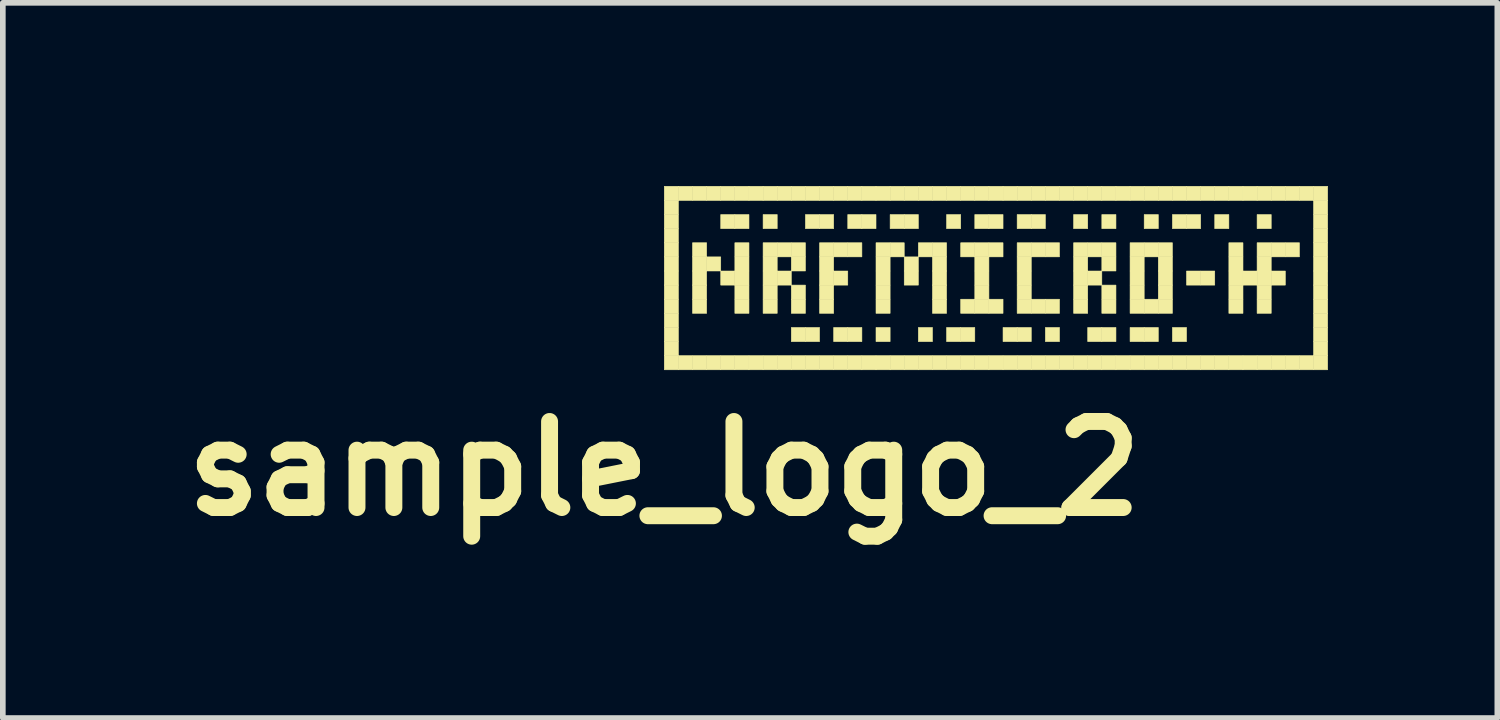
<source format=kicad_pcb>
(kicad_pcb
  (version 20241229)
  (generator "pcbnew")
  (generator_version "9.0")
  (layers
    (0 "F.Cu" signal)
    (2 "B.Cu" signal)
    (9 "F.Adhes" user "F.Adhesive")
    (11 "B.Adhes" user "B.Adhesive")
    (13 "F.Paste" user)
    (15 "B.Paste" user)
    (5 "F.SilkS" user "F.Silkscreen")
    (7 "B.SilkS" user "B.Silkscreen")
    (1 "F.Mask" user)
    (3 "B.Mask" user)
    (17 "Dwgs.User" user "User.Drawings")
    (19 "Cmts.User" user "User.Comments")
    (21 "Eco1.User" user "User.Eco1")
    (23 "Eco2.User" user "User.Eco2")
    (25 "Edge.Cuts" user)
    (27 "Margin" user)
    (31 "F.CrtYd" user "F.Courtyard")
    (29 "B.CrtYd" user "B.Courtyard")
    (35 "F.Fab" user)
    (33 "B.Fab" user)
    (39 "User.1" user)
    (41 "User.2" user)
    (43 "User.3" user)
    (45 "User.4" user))
  (footprint "sample_logo_2"
    (layer "F.Cu")
    (at 8.716 0.25)
    (property "Reference" "sample_logo_2" (at 0 5 0) (layer "F.SilkS") (effects (font (size 1.524 1.524) (thickness 0.3))))
    (attr through_hole)
    (fp_poly (pts (xy 0 0) (xy 0.25 0) (xy 0.25 0.25) (xy 0 0.25) (xy 0 0)) (stroke (width 0.01) (type solid)) (fill yes) (layer "F.SilkS"))
    (fp_poly (pts (xy 0 0.25) (xy 0.25 0.25) (xy 0.25 0.5) (xy 0 0.5) (xy 0 0.25)) (stroke (width 0.01) (type solid)) (fill yes) (layer "F.SilkS"))
    (fp_poly (pts (xy 0 0.5) (xy 0.25 0.5) (xy 0.25 0.75) (xy 0 0.75) (xy 0 0.5)) (stroke (width 0.01) (type solid)) (fill yes) (layer "F.SilkS"))
    (fp_poly (pts (xy 0 0.75) (xy 0.25 0.75) (xy 0.25 1) (xy 0 1) (xy 0 0.75)) (stroke (width 0.01) (type solid)) (fill yes) (layer "F.SilkS"))
    (fp_poly (pts (xy 0 1) (xy 0.25 1) (xy 0.25 1.25) (xy 0 1.25) (xy 0 1)) (stroke (width 0.01) (type solid)) (fill yes) (layer "F.SilkS"))
    (fp_poly (pts (xy 0 1.25) (xy 0.25 1.25) (xy 0.25 1.5) (xy 0 1.5) (xy 0 1.25)) (stroke (width 0.01) (type solid)) (fill yes) (layer "F.SilkS"))
    (fp_poly (pts (xy 0 1.5) (xy 0.25 1.5) (xy 0.25 1.75) (xy 0 1.75) (xy 0 1.5)) (stroke (width 0.01) (type solid)) (fill yes) (layer "F.SilkS"))
    (fp_poly (pts (xy 0 1.75) (xy 0.25 1.75) (xy 0.25 2) (xy 0 2) (xy 0 1.75)) (stroke (width 0.01) (type solid)) (fill yes) (layer "F.SilkS"))
    (fp_poly (pts (xy 0 2) (xy 0.25 2) (xy 0.25 2.25) (xy 0 2.25) (xy 0 2)) (stroke (width 0.01) (type solid)) (fill yes) (layer "F.SilkS"))
    (fp_poly (pts (xy 0 2.25) (xy 0.25 2.25) (xy 0.25 2.5) (xy 0 2.5) (xy 0 2.25)) (stroke (width 0.01) (type solid)) (fill yes) (layer "F.SilkS"))
    (fp_poly (pts (xy 0 2.5) (xy 0.25 2.5) (xy 0.25 2.75) (xy 0 2.75) (xy 0 2.5)) (stroke (width 0.01) (type solid)) (fill yes) (layer "F.SilkS"))
    (fp_poly (pts (xy 0 2.75) (xy 0.25 2.75) (xy 0.25 3) (xy 0 3) (xy 0 2.75)) (stroke (width 0.01) (type solid)) (fill yes) (layer "F.SilkS"))
    (fp_poly (pts (xy 0 3) (xy 0.25 3) (xy 0.25 3.25) (xy 0 3.25) (xy 0 3)) (stroke (width 0.01) (type solid)) (fill yes) (layer "F.SilkS"))
    (fp_poly (pts (xy 0.25 0) (xy 0.5 0) (xy 0.5 0.25) (xy 0.25 0.25) (xy 0.25 0)) (stroke (width 0.01) (type solid)) (fill yes) (layer "F.SilkS"))
    (fp_poly (pts (xy 0.25 3) (xy 0.5 3) (xy 0.5 3.25) (xy 0.25 3.25) (xy 0.25 3)) (stroke (width 0.01) (type solid)) (fill yes) (layer "F.SilkS"))
    (fp_poly (pts (xy 0.5 0) (xy 0.75 0) (xy 0.75 0.25) (xy 0.5 0.25) (xy 0.5 0)) (stroke (width 0.01) (type solid)) (fill yes) (layer "F.SilkS"))
    (fp_poly (pts (xy 0.5 1) (xy 0.75 1) (xy 0.75 1.25) (xy 0.5 1.25) (xy 0.5 1)) (stroke (width 0.01) (type solid)) (fill yes) (layer "F.SilkS"))
    (fp_poly (pts (xy 0.5 1.25) (xy 0.75 1.25) (xy 0.75 1.5) (xy 0.5 1.5) (xy 0.5 1.25)) (stroke (width 0.01) (type solid)) (fill yes) (layer "F.SilkS"))
    (fp_poly (pts (xy 0.5 1.5) (xy 0.75 1.5) (xy 0.75 1.75) (xy 0.5 1.75) (xy 0.5 1.5)) (stroke (width 0.01) (type solid)) (fill yes) (layer "F.SilkS"))
    (fp_poly (pts (xy 0.5 1.75) (xy 0.75 1.75) (xy 0.75 2) (xy 0.5 2) (xy 0.5 1.75)) (stroke (width 0.01) (type solid)) (fill yes) (layer "F.SilkS"))
    (fp_poly (pts (xy 0.5 2) (xy 0.75 2) (xy 0.75 2.25) (xy 0.5 2.25) (xy 0.5 2)) (stroke (width 0.01) (type solid)) (fill yes) (layer "F.SilkS"))
    (fp_poly (pts (xy 0.5 3) (xy 0.75 3) (xy 0.75 3.25) (xy 0.5 3.25) (xy 0.5 3)) (stroke (width 0.01) (type solid)) (fill yes) (layer "F.SilkS"))
    (fp_poly (pts (xy 0.75 0) (xy 1 0) (xy 1 0.25) (xy 0.75 0.25) (xy 0.75 0)) (stroke (width 0.01) (type solid)) (fill yes) (layer "F.SilkS"))
    (fp_poly (pts (xy 0.75 1.25) (xy 1 1.25) (xy 1 1.5) (xy 0.75 1.5) (xy 0.75 1.25)) (stroke (width 0.01) (type solid)) (fill yes) (layer "F.SilkS"))
    (fp_poly (pts (xy 0.75 3) (xy 1 3) (xy 1 3.25) (xy 0.75 3.25) (xy 0.75 3)) (stroke (width 0.01) (type solid)) (fill yes) (layer "F.SilkS"))
    (fp_poly (pts (xy 1 0) (xy 1.25 0) (xy 1.25 0.25) (xy 1 0.25) (xy 1 0)) (stroke (width 0.01) (type solid)) (fill yes) (layer "F.SilkS"))
    (fp_poly (pts (xy 1 0.5) (xy 1.25 0.5) (xy 1.25 0.75) (xy 1 0.75) (xy 1 0.5)) (stroke (width 0.01) (type solid)) (fill yes) (layer "F.SilkS"))
    (fp_poly (pts (xy 1 1.5) (xy 1.25 1.5) (xy 1.25 1.75) (xy 1 1.75) (xy 1 1.5)) (stroke (width 0.01) (type solid)) (fill yes) (layer "F.SilkS"))
    (fp_poly (pts (xy 1 3) (xy 1.25 3) (xy 1.25 3.25) (xy 1 3.25) (xy 1 3)) (stroke (width 0.01) (type solid)) (fill yes) (layer "F.SilkS"))
    (fp_poly (pts (xy 1.25 0) (xy 1.5 0) (xy 1.5 0.25) (xy 1.25 0.25) (xy 1.25 0)) (stroke (width 0.01) (type solid)) (fill yes) (layer "F.SilkS"))
    (fp_poly (pts (xy 1.25 0.5) (xy 1.5 0.5) (xy 1.5 0.75) (xy 1.25 0.75) (xy 1.25 0.5)) (stroke (width 0.01) (type solid)) (fill yes) (layer "F.SilkS"))
    (fp_poly (pts (xy 1.25 1) (xy 1.5 1) (xy 1.5 1.25) (xy 1.25 1.25) (xy 1.25 1)) (stroke (width 0.01) (type solid)) (fill yes) (layer "F.SilkS"))
    (fp_poly (pts (xy 1.25 1.25) (xy 1.5 1.25) (xy 1.5 1.5) (xy 1.25 1.5) (xy 1.25 1.25)) (stroke (width 0.01) (type solid)) (fill yes) (layer "F.SilkS"))
    (fp_poly (pts (xy 1.25 1.5) (xy 1.5 1.5) (xy 1.5 1.75) (xy 1.25 1.75) (xy 1.25 1.5)) (stroke (width 0.01) (type solid)) (fill yes) (layer "F.SilkS"))
    (fp_poly (pts (xy 1.25 1.75) (xy 1.5 1.75) (xy 1.5 2) (xy 1.25 2) (xy 1.25 1.75)) (stroke (width 0.01) (type solid)) (fill yes) (layer "F.SilkS"))
    (fp_poly (pts (xy 1.25 2) (xy 1.5 2) (xy 1.5 2.25) (xy 1.25 2.25) (xy 1.25 2)) (stroke (width 0.01) (type solid)) (fill yes) (layer "F.SilkS"))
    (fp_poly (pts (xy 1.25 3) (xy 1.5 3) (xy 1.5 3.25) (xy 1.25 3.25) (xy 1.25 3)) (stroke (width 0.01) (type solid)) (fill yes) (layer "F.SilkS"))
    (fp_poly (pts (xy 1.5 0) (xy 1.75 0) (xy 1.75 0.25) (xy 1.5 0.25) (xy 1.5 0)) (stroke (width 0.01) (type solid)) (fill yes) (layer "F.SilkS"))
    (fp_poly (pts (xy 1.5 3) (xy 1.75 3) (xy 1.75 3.25) (xy 1.5 3.25) (xy 1.5 3)) (stroke (width 0.01) (type solid)) (fill yes) (layer "F.SilkS"))
    (fp_poly (pts (xy 1.75 0) (xy 2 0) (xy 2 0.25) (xy 1.75 0.25) (xy 1.75 0)) (stroke (width 0.01) (type solid)) (fill yes) (layer "F.SilkS"))
    (fp_poly (pts (xy 1.75 0.5) (xy 2 0.5) (xy 2 0.75) (xy 1.75 0.75) (xy 1.75 0.5)) (stroke (width 0.01) (type solid)) (fill yes) (layer "F.SilkS"))
    (fp_poly (pts (xy 1.75 1) (xy 2 1) (xy 2 1.25) (xy 1.75 1.25) (xy 1.75 1)) (stroke (width 0.01) (type solid)) (fill yes) (layer "F.SilkS"))
    (fp_poly (pts (xy 1.75 1.25) (xy 2 1.25) (xy 2 1.5) (xy 1.75 1.5) (xy 1.75 1.25)) (stroke (width 0.01) (type solid)) (fill yes) (layer "F.SilkS"))
    (fp_poly (pts (xy 1.75 1.5) (xy 2 1.5) (xy 2 1.75) (xy 1.75 1.75) (xy 1.75 1.5)) (stroke (width 0.01) (type solid)) (fill yes) (layer "F.SilkS"))
    (fp_poly (pts (xy 1.75 1.75) (xy 2 1.75) (xy 2 2) (xy 1.75 2) (xy 1.75 1.75)) (stroke (width 0.01) (type solid)) (fill yes) (layer "F.SilkS"))
    (fp_poly (pts (xy 1.75 2) (xy 2 2) (xy 2 2.25) (xy 1.75 2.25) (xy 1.75 2)) (stroke (width 0.01) (type solid)) (fill yes) (layer "F.SilkS"))
    (fp_poly (pts (xy 1.75 3) (xy 2 3) (xy 2 3.25) (xy 1.75 3.25) (xy 1.75 3)) (stroke (width 0.01) (type solid)) (fill yes) (layer "F.SilkS"))
    (fp_poly (pts (xy 2 0) (xy 2.25 0) (xy 2.25 0.25) (xy 2 0.25) (xy 2 0)) (stroke (width 0.01) (type solid)) (fill yes) (layer "F.SilkS"))
    (fp_poly (pts (xy 2 1) (xy 2.25 1) (xy 2.25 1.25) (xy 2 1.25) (xy 2 1)) (stroke (width 0.01) (type solid)) (fill yes) (layer "F.SilkS"))
    (fp_poly (pts (xy 2 1.5) (xy 2.25 1.5) (xy 2.25 1.75) (xy 2 1.75) (xy 2 1.5)) (stroke (width 0.01) (type solid)) (fill yes) (layer "F.SilkS"))
    (fp_poly (pts (xy 2 3) (xy 2.25 3) (xy 2.25 3.25) (xy 2 3.25) (xy 2 3)) (stroke (width 0.01) (type solid)) (fill yes) (layer "F.SilkS"))
    (fp_poly (pts (xy 2.25 0) (xy 2.5 0) (xy 2.5 0.25) (xy 2.25 0.25) (xy 2.25 0)) (stroke (width 0.01) (type solid)) (fill yes) (layer "F.SilkS"))
    (fp_poly (pts (xy 2.25 1) (xy 2.5 1) (xy 2.5 1.25) (xy 2.25 1.25) (xy 2.25 1)) (stroke (width 0.01) (type solid)) (fill yes) (layer "F.SilkS"))
    (fp_poly (pts (xy 2.25 1.25) (xy 2.5 1.25) (xy 2.5 1.5) (xy 2.25 1.5) (xy 2.25 1.25)) (stroke (width 0.01) (type solid)) (fill yes) (layer "F.SilkS"))
    (fp_poly (pts (xy 2.25 1.75) (xy 2.5 1.75) (xy 2.5 2) (xy 2.25 2) (xy 2.25 1.75)) (stroke (width 0.01) (type solid)) (fill yes) (layer "F.SilkS"))
    (fp_poly (pts (xy 2.25 2) (xy 2.5 2) (xy 2.5 2.25) (xy 2.25 2.25) (xy 2.25 2)) (stroke (width 0.01) (type solid)) (fill yes) (layer "F.SilkS"))
    (fp_poly (pts (xy 2.25 2.5) (xy 2.5 2.5) (xy 2.5 2.75) (xy 2.25 2.75) (xy 2.25 2.5)) (stroke (width 0.01) (type solid)) (fill yes) (layer "F.SilkS"))
    (fp_poly (pts (xy 2.25 3) (xy 2.5 3) (xy 2.5 3.25) (xy 2.25 3.25) (xy 2.25 3)) (stroke (width 0.01) (type solid)) (fill yes) (layer "F.SilkS"))
    (fp_poly (pts (xy 2.5 0) (xy 2.75 0) (xy 2.75 0.25) (xy 2.5 0.25) (xy 2.5 0)) (stroke (width 0.01) (type solid)) (fill yes) (layer "F.SilkS"))
    (fp_poly (pts (xy 2.5 0.5) (xy 2.75 0.5) (xy 2.75 0.75) (xy 2.5 0.75) (xy 2.5 0.5)) (stroke (width 0.01) (type solid)) (fill yes) (layer "F.SilkS"))
    (fp_poly (pts (xy 2.5 2.5) (xy 2.75 2.5) (xy 2.75 2.75) (xy 2.5 2.75) (xy 2.5 2.5)) (stroke (width 0.01) (type solid)) (fill yes) (layer "F.SilkS"))
    (fp_poly (pts (xy 2.5 3) (xy 2.75 3) (xy 2.75 3.25) (xy 2.5 3.25) (xy 2.5 3)) (stroke (width 0.01) (type solid)) (fill yes) (layer "F.SilkS"))
    (fp_poly (pts (xy 2.75 0) (xy 3 0) (xy 3 0.25) (xy 2.75 0.25) (xy 2.75 0)) (stroke (width 0.01) (type solid)) (fill yes) (layer "F.SilkS"))
    (fp_poly (pts (xy 2.75 0.5) (xy 3 0.5) (xy 3 0.75) (xy 2.75 0.75) (xy 2.75 0.5)) (stroke (width 0.01) (type solid)) (fill yes) (layer "F.SilkS"))
    (fp_poly (pts (xy 2.75 1) (xy 3 1) (xy 3 1.25) (xy 2.75 1.25) (xy 2.75 1)) (stroke (width 0.01) (type solid)) (fill yes) (layer "F.SilkS"))
    (fp_poly (pts (xy 2.75 1.25) (xy 3 1.25) (xy 3 1.5) (xy 2.75 1.5) (xy 2.75 1.25)) (stroke (width 0.01) (type solid)) (fill yes) (layer "F.SilkS"))
    (fp_poly (pts (xy 2.75 1.5) (xy 3 1.5) (xy 3 1.75) (xy 2.75 1.75) (xy 2.75 1.5)) (stroke (width 0.01) (type solid)) (fill yes) (layer "F.SilkS"))
    (fp_poly (pts (xy 2.75 1.75) (xy 3 1.75) (xy 3 2) (xy 2.75 2) (xy 2.75 1.75)) (stroke (width 0.01) (type solid)) (fill yes) (layer "F.SilkS"))
    (fp_poly (pts (xy 2.75 2) (xy 3 2) (xy 3 2.25) (xy 2.75 2.25) (xy 2.75 2)) (stroke (width 0.01) (type solid)) (fill yes) (layer "F.SilkS"))
    (fp_poly (pts (xy 2.75 3) (xy 3 3) (xy 3 3.25) (xy 2.75 3.25) (xy 2.75 3)) (stroke (width 0.01) (type solid)) (fill yes) (layer "F.SilkS"))
    (fp_poly (pts (xy 3 0) (xy 3.25 0) (xy 3.25 0.25) (xy 3 0.25) (xy 3 0)) (stroke (width 0.01) (type solid)) (fill yes) (layer "F.SilkS"))
    (fp_poly (pts (xy 3 1) (xy 3.25 1) (xy 3.25 1.25) (xy 3 1.25) (xy 3 1)) (stroke (width 0.01) (type solid)) (fill yes) (layer "F.SilkS"))
    (fp_poly (pts (xy 3 1.5) (xy 3.25 1.5) (xy 3.25 1.75) (xy 3 1.75) (xy 3 1.5)) (stroke (width 0.01) (type solid)) (fill yes) (layer "F.SilkS"))
    (fp_poly (pts (xy 3 2.5) (xy 3.25 2.5) (xy 3.25 2.75) (xy 3 2.75) (xy 3 2.5)) (stroke (width 0.01) (type solid)) (fill yes) (layer "F.SilkS"))
    (fp_poly (pts (xy 3 3) (xy 3.25 3) (xy 3.25 3.25) (xy 3 3.25) (xy 3 3)) (stroke (width 0.01) (type solid)) (fill yes) (layer "F.SilkS"))
    (fp_poly (pts (xy 3.25 0) (xy 3.5 0) (xy 3.5 0.25) (xy 3.25 0.25) (xy 3.25 0)) (stroke (width 0.01) (type solid)) (fill yes) (layer "F.SilkS"))
    (fp_poly (pts (xy 3.25 0.5) (xy 3.5 0.5) (xy 3.5 0.75) (xy 3.25 0.75) (xy 3.25 0.5)) (stroke (width 0.01) (type solid)) (fill yes) (layer "F.SilkS"))
    (fp_poly (pts (xy 3.25 1) (xy 3.5 1) (xy 3.5 1.25) (xy 3.25 1.25) (xy 3.25 1)) (stroke (width 0.01) (type solid)) (fill yes) (layer "F.SilkS"))
    (fp_poly (pts (xy 3.25 2.5) (xy 3.5 2.5) (xy 3.5 2.75) (xy 3.25 2.75) (xy 3.25 2.5)) (stroke (width 0.01) (type solid)) (fill yes) (layer "F.SilkS"))
    (fp_poly (pts (xy 3.25 3) (xy 3.5 3) (xy 3.5 3.25) (xy 3.25 3.25) (xy 3.25 3)) (stroke (width 0.01) (type solid)) (fill yes) (layer "F.SilkS"))
    (fp_poly (pts (xy 3.5 0) (xy 3.75 0) (xy 3.75 0.25) (xy 3.5 0.25) (xy 3.5 0)) (stroke (width 0.01) (type solid)) (fill yes) (layer "F.SilkS"))
    (fp_poly (pts (xy 3.5 0.5) (xy 3.75 0.5) (xy 3.75 0.75) (xy 3.5 0.75) (xy 3.5 0.5)) (stroke (width 0.01) (type solid)) (fill yes) (layer "F.SilkS"))
    (fp_poly (pts (xy 3.5 3) (xy 3.75 3) (xy 3.75 3.25) (xy 3.5 3.25) (xy 3.5 3)) (stroke (width 0.01) (type solid)) (fill yes) (layer "F.SilkS"))
    (fp_poly (pts (xy 3.75 0) (xy 4 0) (xy 4 0.25) (xy 3.75 0.25) (xy 3.75 0)) (stroke (width 0.01) (type solid)) (fill yes) (layer "F.SilkS"))
    (fp_poly (pts (xy 3.75 1) (xy 4 1) (xy 4 1.25) (xy 3.75 1.25) (xy 3.75 1)) (stroke (width 0.01) (type solid)) (fill yes) (layer "F.SilkS"))
    (fp_poly (pts (xy 3.75 1.25) (xy 4 1.25) (xy 4 1.5) (xy 3.75 1.5) (xy 3.75 1.25)) (stroke (width 0.01) (type solid)) (fill yes) (layer "F.SilkS"))
    (fp_poly (pts (xy 3.75 1.5) (xy 4 1.5) (xy 4 1.75) (xy 3.75 1.75) (xy 3.75 1.5)) (stroke (width 0.01) (type solid)) (fill yes) (layer "F.SilkS"))
    (fp_poly (pts (xy 3.75 1.75) (xy 4 1.75) (xy 4 2) (xy 3.75 2) (xy 3.75 1.75)) (stroke (width 0.01) (type solid)) (fill yes) (layer "F.SilkS"))
    (fp_poly (pts (xy 3.75 2) (xy 4 2) (xy 4 2.25) (xy 3.75 2.25) (xy 3.75 2)) (stroke (width 0.01) (type solid)) (fill yes) (layer "F.SilkS"))
    (fp_poly (pts (xy 3.75 2.5) (xy 4 2.5) (xy 4 2.75) (xy 3.75 2.75) (xy 3.75 2.5)) (stroke (width 0.01) (type solid)) (fill yes) (layer "F.SilkS"))
    (fp_poly (pts (xy 3.75 3) (xy 4 3) (xy 4 3.25) (xy 3.75 3.25) (xy 3.75 3)) (stroke (width 0.01) (type solid)) (fill yes) (layer "F.SilkS"))
    (fp_poly (pts (xy 4 0) (xy 4.25 0) (xy 4.25 0.25) (xy 4 0.25) (xy 4 0)) (stroke (width 0.01) (type solid)) (fill yes) (layer "F.SilkS"))
    (fp_poly (pts (xy 4 0.5) (xy 4.25 0.5) (xy 4.25 0.75) (xy 4 0.75) (xy 4 0.5)) (stroke (width 0.01) (type solid)) (fill yes) (layer "F.SilkS"))
    (fp_poly (pts (xy 4 1) (xy 4.25 1) (xy 4.25 1.25) (xy 4 1.25) (xy 4 1)) (stroke (width 0.01) (type solid)) (fill yes) (layer "F.SilkS"))
    (fp_poly (pts (xy 4 3) (xy 4.25 3) (xy 4.25 3.25) (xy 4 3.25) (xy 4 3)) (stroke (width 0.01) (type solid)) (fill yes) (layer "F.SilkS"))
    (fp_poly (pts (xy 4.25 0) (xy 4.5 0) (xy 4.5 0.25) (xy 4.25 0.25) (xy 4.25 0)) (stroke (width 0.01) (type solid)) (fill yes) (layer "F.SilkS"))
    (fp_poly (pts (xy 4.25 0.5) (xy 4.5 0.5) (xy 4.5 0.75) (xy 4.25 0.75) (xy 4.25 0.5)) (stroke (width 0.01) (type solid)) (fill yes) (layer "F.SilkS"))
    (fp_poly (pts (xy 4.25 1.25) (xy 4.5 1.25) (xy 4.5 1.5) (xy 4.25 1.5) (xy 4.25 1.25)) (stroke (width 0.01) (type solid)) (fill yes) (layer "F.SilkS"))
    (fp_poly (pts (xy 4.25 1.5) (xy 4.5 1.5) (xy 4.5 1.75) (xy 4.25 1.75) (xy 4.25 1.5)) (stroke (width 0.01) (type solid)) (fill yes) (layer "F.SilkS"))
    (fp_poly (pts (xy 4.25 3) (xy 4.5 3) (xy 4.5 3.25) (xy 4.25 3.25) (xy 4.25 3)) (stroke (width 0.01) (type solid)) (fill yes) (layer "F.SilkS"))
    (fp_poly (pts (xy 4.5 0) (xy 4.75 0) (xy 4.75 0.25) (xy 4.5 0.25) (xy 4.5 0)) (stroke (width 0.01) (type solid)) (fill yes) (layer "F.SilkS"))
    (fp_poly (pts (xy 4.5 1) (xy 4.75 1) (xy 4.75 1.25) (xy 4.5 1.25) (xy 4.5 1)) (stroke (width 0.01) (type solid)) (fill yes) (layer "F.SilkS"))
    (fp_poly (pts (xy 4.5 2.5) (xy 4.75 2.5) (xy 4.75 2.75) (xy 4.5 2.75) (xy 4.5 2.5)) (stroke (width 0.01) (type solid)) (fill yes) (layer "F.SilkS"))
    (fp_poly (pts (xy 4.5 3) (xy 4.75 3) (xy 4.75 3.25) (xy 4.5 3.25) (xy 4.5 3)) (stroke (width 0.01) (type solid)) (fill yes) (layer "F.SilkS"))
    (fp_poly (pts (xy 4.75 0) (xy 5 0) (xy 5 0.25) (xy 4.75 0.25) (xy 4.75 0)) (stroke (width 0.01) (type solid)) (fill yes) (layer "F.SilkS"))
    (fp_poly (pts (xy 4.75 1) (xy 5 1) (xy 5 1.25) (xy 4.75 1.25) (xy 4.75 1)) (stroke (width 0.01) (type solid)) (fill yes) (layer "F.SilkS"))
    (fp_poly (pts (xy 4.75 1.25) (xy 5 1.25) (xy 5 1.5) (xy 4.75 1.5) (xy 4.75 1.25)) (stroke (width 0.01) (type solid)) (fill yes) (layer "F.SilkS"))
    (fp_poly (pts (xy 4.75 1.5) (xy 5 1.5) (xy 5 1.75) (xy 4.75 1.75) (xy 4.75 1.5)) (stroke (width 0.01) (type solid)) (fill yes) (layer "F.SilkS"))
    (fp_poly (pts (xy 4.75 1.75) (xy 5 1.75) (xy 5 2) (xy 4.75 2) (xy 4.75 1.75)) (stroke (width 0.01) (type solid)) (fill yes) (layer "F.SilkS"))
    (fp_poly (pts (xy 4.75 2) (xy 5 2) (xy 5 2.25) (xy 4.75 2.25) (xy 4.75 2)) (stroke (width 0.01) (type solid)) (fill yes) (layer "F.SilkS"))
    (fp_poly (pts (xy 4.75 3) (xy 5 3) (xy 5 3.25) (xy 4.75 3.25) (xy 4.75 3)) (stroke (width 0.01) (type solid)) (fill yes) (layer "F.SilkS"))
    (fp_poly (pts (xy 5 0) (xy 5.25 0) (xy 5.25 0.25) (xy 5 0.25) (xy 5 0)) (stroke (width 0.01) (type solid)) (fill yes) (layer "F.SilkS"))
    (fp_poly (pts (xy 5 0.5) (xy 5.25 0.5) (xy 5.25 0.75) (xy 5 0.75) (xy 5 0.5)) (stroke (width 0.01) (type solid)) (fill yes) (layer "F.SilkS"))
    (fp_poly (pts (xy 5 2.5) (xy 5.25 2.5) (xy 5.25 2.75) (xy 5 2.75) (xy 5 2.5)) (stroke (width 0.01) (type solid)) (fill yes) (layer "F.SilkS"))
    (fp_poly (pts (xy 5 3) (xy 5.25 3) (xy 5.25 3.25) (xy 5 3.25) (xy 5 3)) (stroke (width 0.01) (type solid)) (fill yes) (layer "F.SilkS"))
    (fp_poly (pts (xy 5.25 0) (xy 5.5 0) (xy 5.5 0.25) (xy 5.25 0.25) (xy 5.25 0)) (stroke (width 0.01) (type solid)) (fill yes) (layer "F.SilkS"))
    (fp_poly (pts (xy 5.25 1) (xy 5.5 1) (xy 5.5 1.25) (xy 5.25 1.25) (xy 5.25 1)) (stroke (width 0.01) (type solid)) (fill yes) (layer "F.SilkS"))
    (fp_poly (pts (xy 5.25 2) (xy 5.5 2) (xy 5.5 2.25) (xy 5.25 2.25) (xy 5.25 2)) (stroke (width 0.01) (type solid)) (fill yes) (layer "F.SilkS"))
    (fp_poly (pts (xy 5.25 2.5) (xy 5.5 2.5) (xy 5.5 2.75) (xy 5.25 2.75) (xy 5.25 2.5)) (stroke (width 0.01) (type solid)) (fill yes) (layer "F.SilkS"))
    (fp_poly (pts (xy 5.25 3) (xy 5.5 3) (xy 5.5 3.25) (xy 5.25 3.25) (xy 5.25 3)) (stroke (width 0.01) (type solid)) (fill yes) (layer "F.SilkS"))
    (fp_poly (pts (xy 5.5 0) (xy 5.75 0) (xy 5.75 0.25) (xy 5.5 0.25) (xy 5.5 0)) (stroke (width 0.01) (type solid)) (fill yes) (layer "F.SilkS"))
    (fp_poly (pts (xy 5.5 0.5) (xy 5.75 0.5) (xy 5.75 0.75) (xy 5.5 0.75) (xy 5.5 0.5)) (stroke (width 0.01) (type solid)) (fill yes) (layer "F.SilkS"))
    (fp_poly (pts (xy 5.5 1) (xy 5.75 1) (xy 5.75 1.25) (xy 5.5 1.25) (xy 5.5 1)) (stroke (width 0.01) (type solid)) (fill yes) (layer "F.SilkS"))
    (fp_poly (pts (xy 5.5 1.25) (xy 5.75 1.25) (xy 5.75 1.5) (xy 5.5 1.5) (xy 5.5 1.25)) (stroke (width 0.01) (type solid)) (fill yes) (layer "F.SilkS"))
    (fp_poly (pts (xy 5.5 1.5) (xy 5.75 1.5) (xy 5.75 1.75) (xy 5.5 1.75) (xy 5.5 1.5)) (stroke (width 0.01) (type solid)) (fill yes) (layer "F.SilkS"))
    (fp_poly (pts (xy 5.5 1.75) (xy 5.75 1.75) (xy 5.75 2) (xy 5.5 2) (xy 5.5 1.75)) (stroke (width 0.01) (type solid)) (fill yes) (layer "F.SilkS"))
    (fp_poly (pts (xy 5.5 2) (xy 5.75 2) (xy 5.75 2.25) (xy 5.5 2.25) (xy 5.5 2)) (stroke (width 0.01) (type solid)) (fill yes) (layer "F.SilkS"))
    (fp_poly (pts (xy 5.5 3) (xy 5.75 3) (xy 5.75 3.25) (xy 5.5 3.25) (xy 5.5 3)) (stroke (width 0.01) (type solid)) (fill yes) (layer "F.SilkS"))
    (fp_poly (pts (xy 5.75 0) (xy 6 0) (xy 6 0.25) (xy 5.75 0.25) (xy 5.75 0)) (stroke (width 0.01) (type solid)) (fill yes) (layer "F.SilkS"))
    (fp_poly (pts (xy 5.75 0.5) (xy 6 0.5) (xy 6 0.75) (xy 5.75 0.75) (xy 5.75 0.5)) (stroke (width 0.01) (type solid)) (fill yes) (layer "F.SilkS"))
    (fp_poly (pts (xy 5.75 1) (xy 6 1) (xy 6 1.25) (xy 5.75 1.25) (xy 5.75 1)) (stroke (width 0.01) (type solid)) (fill yes) (layer "F.SilkS"))
    (fp_poly (pts (xy 5.75 2) (xy 6 2) (xy 6 2.25) (xy 5.75 2.25) (xy 5.75 2)) (stroke (width 0.01) (type solid)) (fill yes) (layer "F.SilkS"))
    (fp_poly (pts (xy 5.75 3) (xy 6 3) (xy 6 3.25) (xy 5.75 3.25) (xy 5.75 3)) (stroke (width 0.01) (type solid)) (fill yes) (layer "F.SilkS"))
    (fp_poly (pts (xy 6 0) (xy 6.25 0) (xy 6.25 0.25) (xy 6 0.25) (xy 6 0)) (stroke (width 0.01) (type solid)) (fill yes) (layer "F.SilkS"))
    (fp_poly (pts (xy 6 2.5) (xy 6.25 2.5) (xy 6.25 2.75) (xy 6 2.75) (xy 6 2.5)) (stroke (width 0.01) (type solid)) (fill yes) (layer "F.SilkS"))
    (fp_poly (pts (xy 6 3) (xy 6.25 3) (xy 6.25 3.25) (xy 6 3.25) (xy 6 3)) (stroke (width 0.01) (type solid)) (fill yes) (layer "F.SilkS"))
    (fp_poly (pts (xy 6.25 0) (xy 6.5 0) (xy 6.5 0.25) (xy 6.25 0.25) (xy 6.25 0)) (stroke (width 0.01) (type solid)) (fill yes) (layer "F.SilkS"))
    (fp_poly (pts (xy 6.25 0.5) (xy 6.5 0.5) (xy 6.5 0.75) (xy 6.25 0.75) (xy 6.25 0.5)) (stroke (width 0.01) (type solid)) (fill yes) (layer "F.SilkS"))
    (fp_poly (pts (xy 6.25 1) (xy 6.5 1) (xy 6.5 1.25) (xy 6.25 1.25) (xy 6.25 1)) (stroke (width 0.01) (type solid)) (fill yes) (layer "F.SilkS"))
    (fp_poly (pts (xy 6.25 1.25) (xy 6.5 1.25) (xy 6.5 1.5) (xy 6.25 1.5) (xy 6.25 1.25)) (stroke (width 0.01) (type solid)) (fill yes) (layer "F.SilkS"))
    (fp_poly (pts (xy 6.25 1.5) (xy 6.5 1.5) (xy 6.5 1.75) (xy 6.25 1.75) (xy 6.25 1.5)) (stroke (width 0.01) (type solid)) (fill yes) (layer "F.SilkS"))
    (fp_poly (pts (xy 6.25 1.75) (xy 6.5 1.75) (xy 6.5 2) (xy 6.25 2) (xy 6.25 1.75)) (stroke (width 0.01) (type solid)) (fill yes) (layer "F.SilkS"))
    (fp_poly (pts (xy 6.25 2) (xy 6.5 2) (xy 6.5 2.25) (xy 6.25 2.25) (xy 6.25 2)) (stroke (width 0.01) (type solid)) (fill yes) (layer "F.SilkS"))
    (fp_poly (pts (xy 6.25 2.5) (xy 6.5 2.5) (xy 6.5 2.75) (xy 6.25 2.75) (xy 6.25 2.5)) (stroke (width 0.01) (type solid)) (fill yes) (layer "F.SilkS"))
    (fp_poly (pts (xy 6.25 3) (xy 6.5 3) (xy 6.5 3.25) (xy 6.25 3.25) (xy 6.25 3)) (stroke (width 0.01) (type solid)) (fill yes) (layer "F.SilkS"))
    (fp_poly (pts (xy 6.5 0) (xy 6.75 0) (xy 6.75 0.25) (xy 6.5 0.25) (xy 6.5 0)) (stroke (width 0.01) (type solid)) (fill yes) (layer "F.SilkS"))
    (fp_poly (pts (xy 6.5 0.5) (xy 6.75 0.5) (xy 6.75 0.75) (xy 6.5 0.75) (xy 6.5 0.5)) (stroke (width 0.01) (type solid)) (fill yes) (layer "F.SilkS"))
    (fp_poly (pts (xy 6.5 1) (xy 6.75 1) (xy 6.75 1.25) (xy 6.5 1.25) (xy 6.5 1)) (stroke (width 0.01) (type solid)) (fill yes) (layer "F.SilkS"))
    (fp_poly (pts (xy 6.5 2) (xy 6.75 2) (xy 6.75 2.25) (xy 6.5 2.25) (xy 6.5 2)) (stroke (width 0.01) (type solid)) (fill yes) (layer "F.SilkS"))
    (fp_poly (pts (xy 6.5 3) (xy 6.75 3) (xy 6.75 3.25) (xy 6.5 3.25) (xy 6.5 3)) (stroke (width 0.01) (type solid)) (fill yes) (layer "F.SilkS"))
    (fp_poly (pts (xy 6.75 0) (xy 7 0) (xy 7 0.25) (xy 6.75 0.25) (xy 6.75 0)) (stroke (width 0.01) (type solid)) (fill yes) (layer "F.SilkS"))
    (fp_poly (pts (xy 6.75 1) (xy 7 1) (xy 7 1.25) (xy 6.75 1.25) (xy 6.75 1)) (stroke (width 0.01) (type solid)) (fill yes) (layer "F.SilkS"))
    (fp_poly (pts (xy 6.75 2) (xy 7 2) (xy 7 2.25) (xy 6.75 2.25) (xy 6.75 2)) (stroke (width 0.01) (type solid)) (fill yes) (layer "F.SilkS"))
    (fp_poly (pts (xy 6.75 2.5) (xy 7 2.5) (xy 7 2.75) (xy 6.75 2.75) (xy 6.75 2.5)) (stroke (width 0.01) (type solid)) (fill yes) (layer "F.SilkS"))
    (fp_poly (pts (xy 6.75 3) (xy 7 3) (xy 7 3.25) (xy 6.75 3.25) (xy 6.75 3)) (stroke (width 0.01) (type solid)) (fill yes) (layer "F.SilkS"))
    (fp_poly (pts (xy 7 0) (xy 7.25 0) (xy 7.25 0.25) (xy 7 0.25) (xy 7 0)) (stroke (width 0.01) (type solid)) (fill yes) (layer "F.SilkS"))
    (fp_poly (pts (xy 7 3) (xy 7.25 3) (xy 7.25 3.25) (xy 7 3.25) (xy 7 3)) (stroke (width 0.01) (type solid)) (fill yes) (layer "F.SilkS"))
    (fp_poly (pts (xy 7.25 0) (xy 7.5 0) (xy 7.5 0.25) (xy 7.25 0.25) (xy 7.25 0)) (stroke (width 0.01) (type solid)) (fill yes) (layer "F.SilkS"))
    (fp_poly (pts (xy 7.25 0.5) (xy 7.5 0.5) (xy 7.5 0.75) (xy 7.25 0.75) (xy 7.25 0.5)) (stroke (width 0.01) (type solid)) (fill yes) (layer "F.SilkS"))
    (fp_poly (pts (xy 7.25 1) (xy 7.5 1) (xy 7.5 1.25) (xy 7.25 1.25) (xy 7.25 1)) (stroke (width 0.01) (type solid)) (fill yes) (layer "F.SilkS"))
    (fp_poly (pts (xy 7.25 1.25) (xy 7.5 1.25) (xy 7.5 1.5) (xy 7.25 1.5) (xy 7.25 1.25)) (stroke (width 0.01) (type solid)) (fill yes) (layer "F.SilkS"))
    (fp_poly (pts (xy 7.25 1.5) (xy 7.5 1.5) (xy 7.5 1.75) (xy 7.25 1.75) (xy 7.25 1.5)) (stroke (width 0.01) (type solid)) (fill yes) (layer "F.SilkS"))
    (fp_poly (pts (xy 7.25 1.75) (xy 7.5 1.75) (xy 7.5 2) (xy 7.25 2) (xy 7.25 1.75)) (stroke (width 0.01) (type solid)) (fill yes) (layer "F.SilkS"))
    (fp_poly (pts (xy 7.25 2) (xy 7.5 2) (xy 7.5 2.25) (xy 7.25 2.25) (xy 7.25 2)) (stroke (width 0.01) (type solid)) (fill yes) (layer "F.SilkS"))
    (fp_poly (pts (xy 7.25 3) (xy 7.5 3) (xy 7.5 3.25) (xy 7.25 3.25) (xy 7.25 3)) (stroke (width 0.01) (type solid)) (fill yes) (layer "F.SilkS"))
    (fp_poly (pts (xy 7.5 0) (xy 7.75 0) (xy 7.75 0.25) (xy 7.5 0.25) (xy 7.5 0)) (stroke (width 0.01) (type solid)) (fill yes) (layer "F.SilkS"))
    (fp_poly (pts (xy 7.5 1) (xy 7.75 1) (xy 7.75 1.25) (xy 7.5 1.25) (xy 7.5 1)) (stroke (width 0.01) (type solid)) (fill yes) (layer "F.SilkS"))
    (fp_poly (pts (xy 7.5 1.5) (xy 7.75 1.5) (xy 7.75 1.75) (xy 7.5 1.75) (xy 7.5 1.5)) (stroke (width 0.01) (type solid)) (fill yes) (layer "F.SilkS"))
    (fp_poly (pts (xy 7.5 2.5) (xy 7.75 2.5) (xy 7.75 2.75) (xy 7.5 2.75) (xy 7.5 2.5)) (stroke (width 0.01) (type solid)) (fill yes) (layer "F.SilkS"))
    (fp_poly (pts (xy 7.5 3) (xy 7.75 3) (xy 7.75 3.25) (xy 7.5 3.25) (xy 7.5 3)) (stroke (width 0.01) (type solid)) (fill yes) (layer "F.SilkS"))
    (fp_poly (pts (xy 7.75 0) (xy 8 0) (xy 8 0.25) (xy 7.75 0.25) (xy 7.75 0)) (stroke (width 0.01) (type solid)) (fill yes) (layer "F.SilkS"))
    (fp_poly (pts (xy 7.75 0.5) (xy 8 0.5) (xy 8 0.75) (xy 7.75 0.75) (xy 7.75 0.5)) (stroke (width 0.01) (type solid)) (fill yes) (layer "F.SilkS"))
    (fp_poly (pts (xy 7.75 1) (xy 8 1) (xy 8 1.25) (xy 7.75 1.25) (xy 7.75 1)) (stroke (width 0.01) (type solid)) (fill yes) (layer "F.SilkS"))
    (fp_poly (pts (xy 7.75 1.25) (xy 8 1.25) (xy 8 1.5) (xy 7.75 1.5) (xy 7.75 1.25)) (stroke (width 0.01) (type solid)) (fill yes) (layer "F.SilkS"))
    (fp_poly (pts (xy 7.75 1.75) (xy 8 1.75) (xy 8 2) (xy 7.75 2) (xy 7.75 1.75)) (stroke (width 0.01) (type solid)) (fill yes) (layer "F.SilkS"))
    (fp_poly (pts (xy 7.75 2) (xy 8 2) (xy 8 2.25) (xy 7.75 2.25) (xy 7.75 2)) (stroke (width 0.01) (type solid)) (fill yes) (layer "F.SilkS"))
    (fp_poly (pts (xy 7.75 2.5) (xy 8 2.5) (xy 8 2.75) (xy 7.75 2.75) (xy 7.75 2.5)) (stroke (width 0.01) (type solid)) (fill yes) (layer "F.SilkS"))
    (fp_poly (pts (xy 7.75 3) (xy 8 3) (xy 8 3.25) (xy 7.75 3.25) (xy 7.75 3)) (stroke (width 0.01) (type solid)) (fill yes) (layer "F.SilkS"))
    (fp_poly (pts (xy 8 0) (xy 8.25 0) (xy 8.25 0.25) (xy 8 0.25) (xy 8 0)) (stroke (width 0.01) (type solid)) (fill yes) (layer "F.SilkS"))
    (fp_poly (pts (xy 8 3) (xy 8.25 3) (xy 8.25 3.25) (xy 8 3.25) (xy 8 3)) (stroke (width 0.01) (type solid)) (fill yes) (layer "F.SilkS"))
    (fp_poly (pts (xy 8.25 0) (xy 8.5 0) (xy 8.5 0.25) (xy 8.25 0.25) (xy 8.25 0)) (stroke (width 0.01) (type solid)) (fill yes) (layer "F.SilkS"))
    (fp_poly (pts (xy 8.25 1) (xy 8.5 1) (xy 8.5 1.25) (xy 8.25 1.25) (xy 8.25 1)) (stroke (width 0.01) (type solid)) (fill yes) (layer "F.SilkS"))
    (fp_poly (pts (xy 8.25 1.25) (xy 8.5 1.25) (xy 8.5 1.5) (xy 8.25 1.5) (xy 8.25 1.25)) (stroke (width 0.01) (type solid)) (fill yes) (layer "F.SilkS"))
    (fp_poly (pts (xy 8.25 1.5) (xy 8.5 1.5) (xy 8.5 1.75) (xy 8.25 1.75) (xy 8.25 1.5)) (stroke (width 0.01) (type solid)) (fill yes) (layer "F.SilkS"))
    (fp_poly (pts (xy 8.25 1.75) (xy 8.5 1.75) (xy 8.5 2) (xy 8.25 2) (xy 8.25 1.75)) (stroke (width 0.01) (type solid)) (fill yes) (layer "F.SilkS"))
    (fp_poly (pts (xy 8.25 2) (xy 8.5 2) (xy 8.5 2.25) (xy 8.25 2.25) (xy 8.25 2)) (stroke (width 0.01) (type solid)) (fill yes) (layer "F.SilkS"))
    (fp_poly (pts (xy 8.25 2.5) (xy 8.5 2.5) (xy 8.5 2.75) (xy 8.25 2.75) (xy 8.25 2.5)) (stroke (width 0.01) (type solid)) (fill yes) (layer "F.SilkS"))
    (fp_poly (pts (xy 8.25 3) (xy 8.5 3) (xy 8.5 3.25) (xy 8.25 3.25) (xy 8.25 3)) (stroke (width 0.01) (type solid)) (fill yes) (layer "F.SilkS"))
    (fp_poly (pts (xy 8.5 0) (xy 8.75 0) (xy 8.75 0.25) (xy 8.5 0.25) (xy 8.5 0)) (stroke (width 0.01) (type solid)) (fill yes) (layer "F.SilkS"))
    (fp_poly (pts (xy 8.5 0.5) (xy 8.75 0.5) (xy 8.75 0.75) (xy 8.5 0.75) (xy 8.5 0.5)) (stroke (width 0.01) (type solid)) (fill yes) (layer "F.SilkS"))
    (fp_poly (pts (xy 8.5 1) (xy 8.75 1) (xy 8.75 1.25) (xy 8.5 1.25) (xy 8.5 1)) (stroke (width 0.01) (type solid)) (fill yes) (layer "F.SilkS"))
    (fp_poly (pts (xy 8.5 2) (xy 8.75 2) (xy 8.75 2.25) (xy 8.5 2.25) (xy 8.5 2)) (stroke (width 0.01) (type solid)) (fill yes) (layer "F.SilkS"))
    (fp_poly (pts (xy 8.5 2.5) (xy 8.75 2.5) (xy 8.75 2.75) (xy 8.5 2.75) (xy 8.5 2.5)) (stroke (width 0.01) (type solid)) (fill yes) (layer "F.SilkS"))
    (fp_poly (pts (xy 8.5 3) (xy 8.75 3) (xy 8.75 3.25) (xy 8.5 3.25) (xy 8.5 3)) (stroke (width 0.01) (type solid)) (fill yes) (layer "F.SilkS"))
    (fp_poly (pts (xy 8.75 0) (xy 9 0) (xy 9 0.25) (xy 8.75 0.25) (xy 8.75 0)) (stroke (width 0.01) (type solid)) (fill yes) (layer "F.SilkS"))
    (fp_poly (pts (xy 8.75 1) (xy 9 1) (xy 9 1.25) (xy 8.75 1.25) (xy 8.75 1)) (stroke (width 0.01) (type solid)) (fill yes) (layer "F.SilkS"))
    (fp_poly (pts (xy 8.75 1.25) (xy 9 1.25) (xy 9 1.5) (xy 8.75 1.5) (xy 8.75 1.25)) (stroke (width 0.01) (type solid)) (fill yes) (layer "F.SilkS"))
    (fp_poly (pts (xy 8.75 1.5) (xy 9 1.5) (xy 9 1.75) (xy 8.75 1.75) (xy 8.75 1.5)) (stroke (width 0.01) (type solid)) (fill yes) (layer "F.SilkS"))
    (fp_poly (pts (xy 8.75 1.75) (xy 9 1.75) (xy 9 2) (xy 8.75 2) (xy 8.75 1.75)) (stroke (width 0.01) (type solid)) (fill yes) (layer "F.SilkS"))
    (fp_poly (pts (xy 8.75 2) (xy 9 2) (xy 9 2.25) (xy 8.75 2.25) (xy 8.75 2)) (stroke (width 0.01) (type solid)) (fill yes) (layer "F.SilkS"))
    (fp_poly (pts (xy 8.75 3) (xy 9 3) (xy 9 3.25) (xy 8.75 3.25) (xy 8.75 3)) (stroke (width 0.01) (type solid)) (fill yes) (layer "F.SilkS"))
    (fp_poly (pts (xy 9 0) (xy 9.25 0) (xy 9.25 0.25) (xy 9 0.25) (xy 9 0)) (stroke (width 0.01) (type solid)) (fill yes) (layer "F.SilkS"))
    (fp_poly (pts (xy 9 0.5) (xy 9.25 0.5) (xy 9.25 0.75) (xy 9 0.75) (xy 9 0.5)) (stroke (width 0.01) (type solid)) (fill yes) (layer "F.SilkS"))
    (fp_poly (pts (xy 9 2.5) (xy 9.25 2.5) (xy 9.25 2.75) (xy 9 2.75) (xy 9 2.5)) (stroke (width 0.01) (type solid)) (fill yes) (layer "F.SilkS"))
    (fp_poly (pts (xy 9 3) (xy 9.25 3) (xy 9.25 3.25) (xy 9 3.25) (xy 9 3)) (stroke (width 0.01) (type solid)) (fill yes) (layer "F.SilkS"))
    (fp_poly (pts (xy 9.25 0) (xy 9.5 0) (xy 9.5 0.25) (xy 9.25 0.25) (xy 9.25 0)) (stroke (width 0.01) (type solid)) (fill yes) (layer "F.SilkS"))
    (fp_poly (pts (xy 9.25 0.5) (xy 9.5 0.5) (xy 9.5 0.75) (xy 9.25 0.75) (xy 9.25 0.5)) (stroke (width 0.01) (type solid)) (fill yes) (layer "F.SilkS"))
    (fp_poly (pts (xy 9.25 1.5) (xy 9.5 1.5) (xy 9.5 1.75) (xy 9.25 1.75) (xy 9.25 1.5)) (stroke (width 0.01) (type solid)) (fill yes) (layer "F.SilkS"))
    (fp_poly (pts (xy 9.25 3) (xy 9.5 3) (xy 9.5 3.25) (xy 9.25 3.25) (xy 9.25 3)) (stroke (width 0.01) (type solid)) (fill yes) (layer "F.SilkS"))
    (fp_poly (pts (xy 9.5 0) (xy 9.75 0) (xy 9.75 0.25) (xy 9.5 0.25) (xy 9.5 0)) (stroke (width 0.01) (type solid)) (fill yes) (layer "F.SilkS"))
    (fp_poly (pts (xy 9.5 1.5) (xy 9.75 1.5) (xy 9.75 1.75) (xy 9.5 1.75) (xy 9.5 1.5)) (stroke (width 0.01) (type solid)) (fill yes) (layer "F.SilkS"))
    (fp_poly (pts (xy 9.5 3) (xy 9.75 3) (xy 9.75 3.25) (xy 9.5 3.25) (xy 9.5 3)) (stroke (width 0.01) (type solid)) (fill yes) (layer "F.SilkS"))
    (fp_poly (pts (xy 9.75 0) (xy 10 0) (xy 10 0.25) (xy 9.75 0.25) (xy 9.75 0)) (stroke (width 0.01) (type solid)) (fill yes) (layer "F.SilkS"))
    (fp_poly (pts (xy 9.75 0.5) (xy 10 0.5) (xy 10 0.75) (xy 9.75 0.75) (xy 9.75 0.5)) (stroke (width 0.01) (type solid)) (fill yes) (layer "F.SilkS"))
    (fp_poly (pts (xy 9.75 3) (xy 10 3) (xy 10 3.25) (xy 9.75 3.25) (xy 9.75 3)) (stroke (width 0.01) (type solid)) (fill yes) (layer "F.SilkS"))
    (fp_poly (pts (xy 10 0) (xy 10.25 0) (xy 10.25 0.25) (xy 10 0.25) (xy 10 0)) (stroke (width 0.01) (type solid)) (fill yes) (layer "F.SilkS"))
    (fp_poly (pts (xy 10 1) (xy 10.25 1) (xy 10.25 1.25) (xy 10 1.25) (xy 10 1)) (stroke (width 0.01) (type solid)) (fill yes) (layer "F.SilkS"))
    (fp_poly (pts (xy 10 1.25) (xy 10.25 1.25) (xy 10.25 1.5) (xy 10 1.5) (xy 10 1.25)) (stroke (width 0.01) (type solid)) (fill yes) (layer "F.SilkS"))
    (fp_poly (pts (xy 10 1.5) (xy 10.25 1.5) (xy 10.25 1.75) (xy 10 1.75) (xy 10 1.5)) (stroke (width 0.01) (type solid)) (fill yes) (layer "F.SilkS"))
    (fp_poly (pts (xy 10 1.75) (xy 10.25 1.75) (xy 10.25 2) (xy 10 2) (xy 10 1.75)) (stroke (width 0.01) (type solid)) (fill yes) (layer "F.SilkS"))
    (fp_poly (pts (xy 10 2) (xy 10.25 2) (xy 10.25 2.25) (xy 10 2.25) (xy 10 2)) (stroke (width 0.01) (type solid)) (fill yes) (layer "F.SilkS"))
    (fp_poly (pts (xy 10 3) (xy 10.25 3) (xy 10.25 3.25) (xy 10 3.25) (xy 10 3)) (stroke (width 0.01) (type solid)) (fill yes) (layer "F.SilkS"))
    (fp_poly (pts (xy 10.25 0) (xy 10.5 0) (xy 10.5 0.25) (xy 10.25 0.25) (xy 10.25 0)) (stroke (width 0.01) (type solid)) (fill yes) (layer "F.SilkS"))
    (fp_poly (pts (xy 10.25 1.5) (xy 10.5 1.5) (xy 10.5 1.75) (xy 10.25 1.75) (xy 10.25 1.5)) (stroke (width 0.01) (type solid)) (fill yes) (layer "F.SilkS"))
    (fp_poly (pts (xy 10.25 3) (xy 10.5 3) (xy 10.5 3.25) (xy 10.25 3.25) (xy 10.25 3)) (stroke (width 0.01) (type solid)) (fill yes) (layer "F.SilkS"))
    (fp_poly (pts (xy 10.5 0) (xy 10.75 0) (xy 10.75 0.25) (xy 10.5 0.25) (xy 10.5 0)) (stroke (width 0.01) (type solid)) (fill yes) (layer "F.SilkS"))
    (fp_poly (pts (xy 10.5 0.5) (xy 10.75 0.5) (xy 10.75 0.75) (xy 10.5 0.75) (xy 10.5 0.5)) (stroke (width 0.01) (type solid)) (fill yes) (layer "F.SilkS"))
    (fp_poly (pts (xy 10.5 1) (xy 10.75 1) (xy 10.75 1.25) (xy 10.5 1.25) (xy 10.5 1)) (stroke (width 0.01) (type solid)) (fill yes) (layer "F.SilkS"))
    (fp_poly (pts (xy 10.5 1.25) (xy 10.75 1.25) (xy 10.75 1.5) (xy 10.5 1.5) (xy 10.5 1.25)) (stroke (width 0.01) (type solid)) (fill yes) (layer "F.SilkS"))
    (fp_poly (pts (xy 10.5 1.5) (xy 10.75 1.5) (xy 10.75 1.75) (xy 10.5 1.75) (xy 10.5 1.5)) (stroke (width 0.01) (type solid)) (fill yes) (layer "F.SilkS"))
    (fp_poly (pts (xy 10.5 1.75) (xy 10.75 1.75) (xy 10.75 2) (xy 10.5 2) (xy 10.5 1.75)) (stroke (width 0.01) (type solid)) (fill yes) (layer "F.SilkS"))
    (fp_poly (pts (xy 10.5 2) (xy 10.75 2) (xy 10.75 2.25) (xy 10.5 2.25) (xy 10.5 2)) (stroke (width 0.01) (type solid)) (fill yes) (layer "F.SilkS"))
    (fp_poly (pts (xy 10.5 3) (xy 10.75 3) (xy 10.75 3.25) (xy 10.5 3.25) (xy 10.5 3)) (stroke (width 0.01) (type solid)) (fill yes) (layer "F.SilkS"))
    (fp_poly (pts (xy 10.75 0) (xy 11 0) (xy 11 0.25) (xy 10.75 0.25) (xy 10.75 0)) (stroke (width 0.01) (type solid)) (fill yes) (layer "F.SilkS"))
    (fp_poly (pts (xy 10.75 1) (xy 11 1) (xy 11 1.25) (xy 10.75 1.25) (xy 10.75 1)) (stroke (width 0.01) (type solid)) (fill yes) (layer "F.SilkS"))
    (fp_poly (pts (xy 10.75 1.5) (xy 11 1.5) (xy 11 1.75) (xy 10.75 1.75) (xy 10.75 1.5)) (stroke (width 0.01) (type solid)) (fill yes) (layer "F.SilkS"))
    (fp_poly (pts (xy 10.75 3) (xy 11 3) (xy 11 3.25) (xy 10.75 3.25) (xy 10.75 3)) (stroke (width 0.01) (type solid)) (fill yes) (layer "F.SilkS"))
    (fp_poly (pts (xy 11 0) (xy 11.25 0) (xy 11.25 0.25) (xy 11 0.25) (xy 11 0)) (stroke (width 0.01) (type solid)) (fill yes) (layer "F.SilkS"))
    (fp_poly (pts (xy 11 1) (xy 11.25 1) (xy 11.25 1.25) (xy 11 1.25) (xy 11 1)) (stroke (width 0.01) (type solid)) (fill yes) (layer "F.SilkS"))
    (fp_poly (pts (xy 11 3) (xy 11.25 3) (xy 11.25 3.25) (xy 11 3.25) (xy 11 3)) (stroke (width 0.01) (type solid)) (fill yes) (layer "F.SilkS"))
    (fp_poly (pts (xy 11.25 0) (xy 11.5 0) (xy 11.5 0.25) (xy 11.25 0.25) (xy 11.25 0)) (stroke (width 0.01) (type solid)) (fill yes) (layer "F.SilkS"))
    (fp_poly (pts (xy 11.25 3) (xy 11.5 3) (xy 11.5 3.25) (xy 11.25 3.25) (xy 11.25 3)) (stroke (width 0.01) (type solid)) (fill yes) (layer "F.SilkS"))
    (fp_poly (pts (xy 11.5 0) (xy 11.75 0) (xy 11.75 0.25) (xy 11.5 0.25) (xy 11.5 0)) (stroke (width 0.01) (type solid)) (fill yes) (layer "F.SilkS"))
    (fp_poly (pts (xy 11.5 0.25) (xy 11.75 0.25) (xy 11.75 0.5) (xy 11.5 0.5) (xy 11.5 0.25)) (stroke (width 0.01) (type solid)) (fill yes) (layer "F.SilkS"))
    (fp_poly (pts (xy 11.5 0.5) (xy 11.75 0.5) (xy 11.75 0.75) (xy 11.5 0.75) (xy 11.5 0.5)) (stroke (width 0.01) (type solid)) (fill yes) (layer "F.SilkS"))
    (fp_poly (pts (xy 11.5 0.75) (xy 11.75 0.75) (xy 11.75 1) (xy 11.5 1) (xy 11.5 0.75)) (stroke (width 0.01) (type solid)) (fill yes) (layer "F.SilkS"))
    (fp_poly (pts (xy 11.5 1) (xy 11.75 1) (xy 11.75 1.25) (xy 11.5 1.25) (xy 11.5 1)) (stroke (width 0.01) (type solid)) (fill yes) (layer "F.SilkS"))
    (fp_poly (pts (xy 11.5 1.25) (xy 11.75 1.25) (xy 11.75 1.5) (xy 11.5 1.5) (xy 11.5 1.25)) (stroke (width 0.01) (type solid)) (fill yes) (layer "F.SilkS"))
    (fp_poly (pts (xy 11.5 1.5) (xy 11.75 1.5) (xy 11.75 1.75) (xy 11.5 1.75) (xy 11.5 1.5)) (stroke (width 0.01) (type solid)) (fill yes) (layer "F.SilkS"))
    (fp_poly (pts (xy 11.5 1.75) (xy 11.75 1.75) (xy 11.75 2) (xy 11.5 2) (xy 11.5 1.75)) (stroke (width 0.01) (type solid)) (fill yes) (layer "F.SilkS"))
    (fp_poly (pts (xy 11.5 2) (xy 11.75 2) (xy 11.75 2.25) (xy 11.5 2.25) (xy 11.5 2)) (stroke (width 0.01) (type solid)) (fill yes) (layer "F.SilkS"))
    (fp_poly (pts (xy 11.5 2.25) (xy 11.75 2.25) (xy 11.75 2.5) (xy 11.5 2.5) (xy 11.5 2.25)) (stroke (width 0.01) (type solid)) (fill yes) (layer "F.SilkS"))
    (fp_poly (pts (xy 11.5 2.5) (xy 11.75 2.5) (xy 11.75 2.75) (xy 11.5 2.75) (xy 11.5 2.5)) (stroke (width 0.01) (type solid)) (fill yes) (layer "F.SilkS"))
    (fp_poly (pts (xy 11.5 2.75) (xy 11.75 2.75) (xy 11.75 3) (xy 11.5 3) (xy 11.5 2.75)) (stroke (width 0.01) (type solid)) (fill yes) (layer "F.SilkS"))
    (fp_poly (pts (xy 11.5 3) (xy 11.75 3) (xy 11.75 3.25) (xy 11.5 3.25) (xy 11.5 3)) (stroke (width 0.01) (type solid)) (fill yes) (layer "F.SilkS")))
  (gr_rect
    (start -3 -3)
    (end 23.471 9.668)
    (stroke (width 0.1) (type default))
    (fill no)
    (layer "Edge.Cuts")))
</source>
